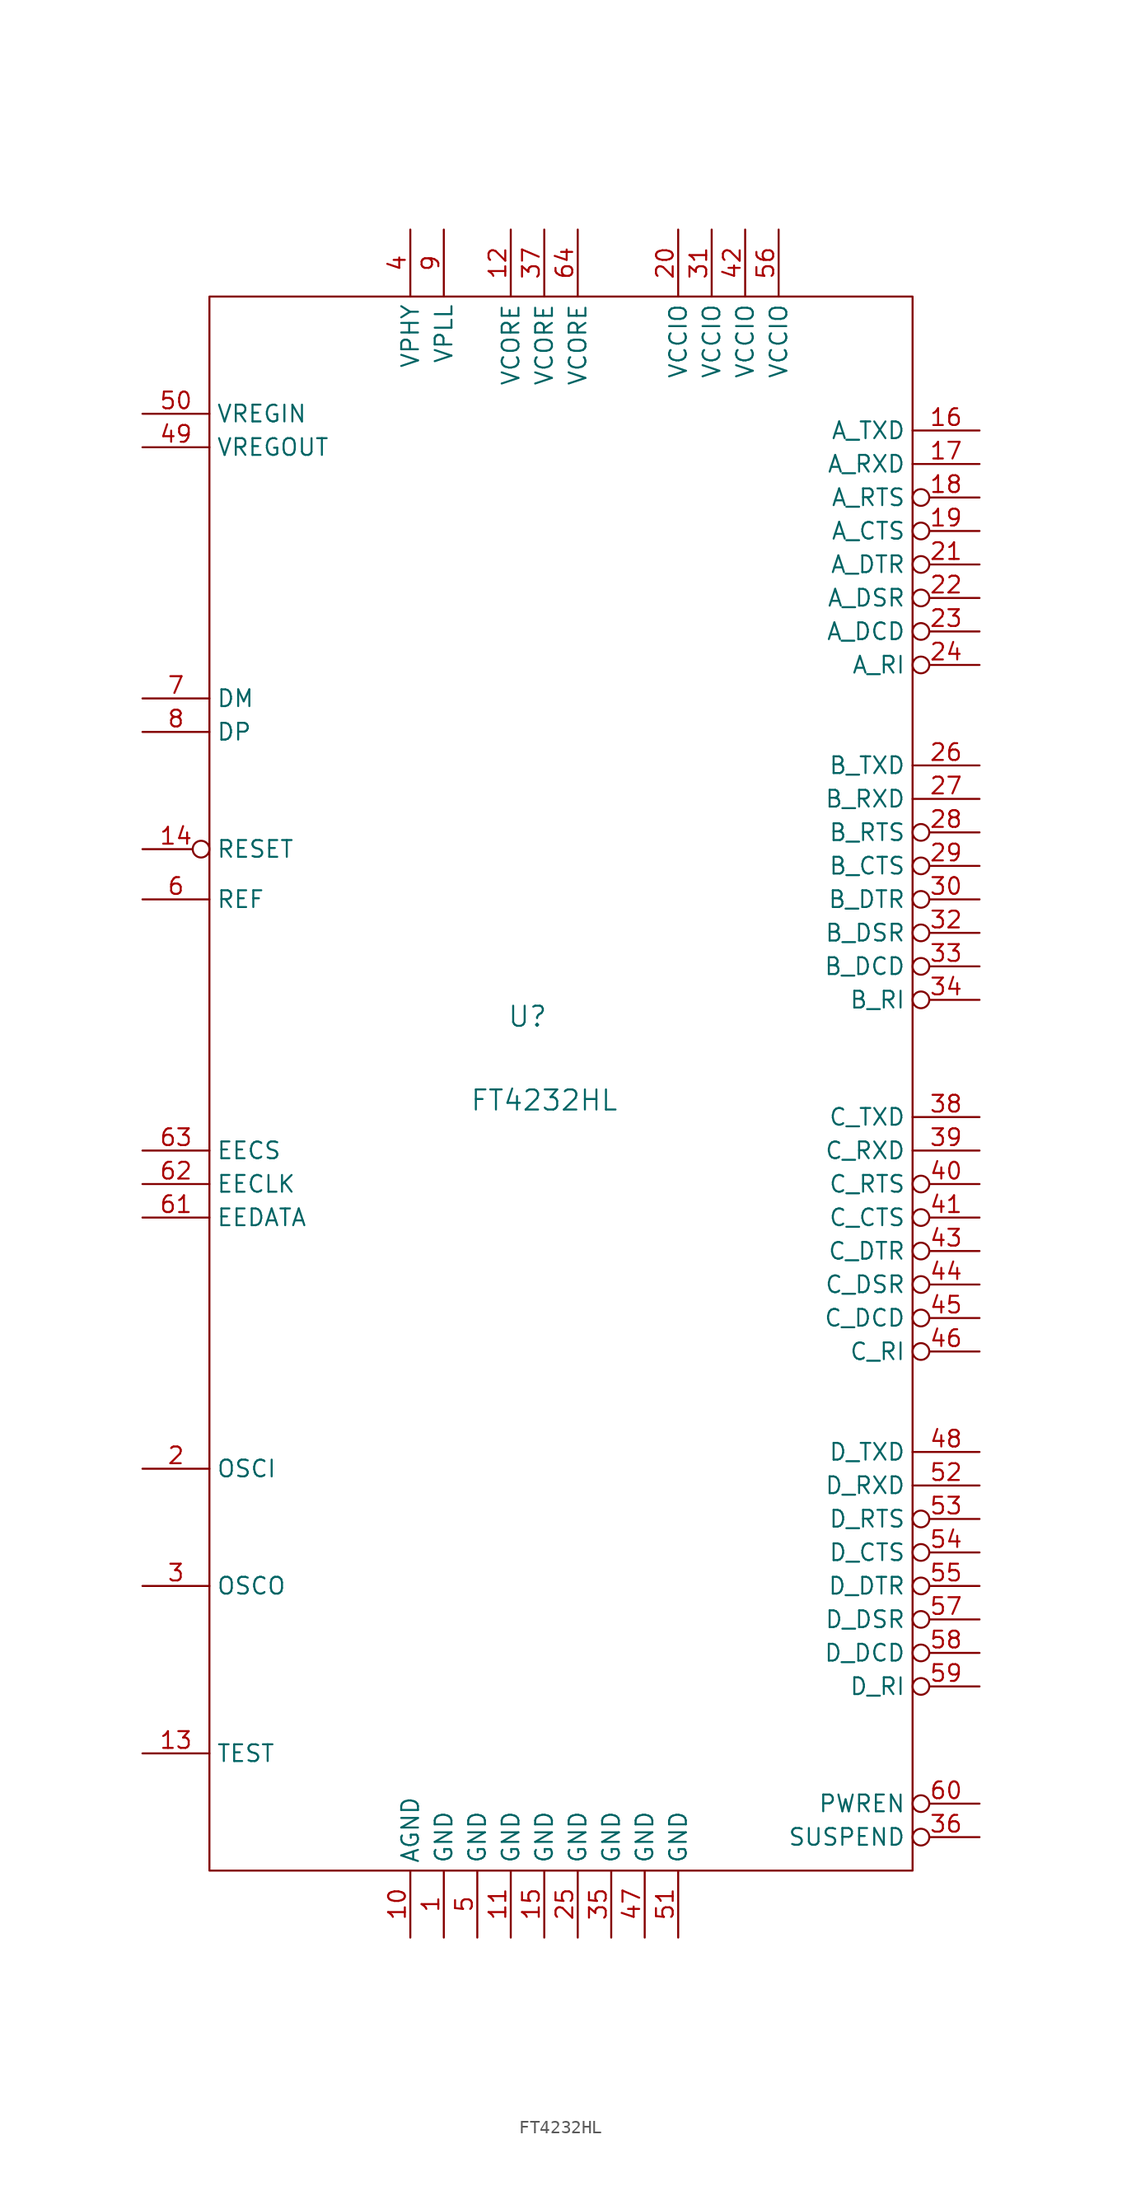
<source format=kicad_sym>
(kicad_symbol_lib
  (version 20220914)
  (generator kicad_symbol_editor)
  (symbol "FT4232HL"
    (property "Reference" "U"
      (at -2.54 2.54 0)
      (effects (font (size 1.524 1.524))))
    (property "Value" "FT4232HL"
      (at -1.27 -3.81 0)
      (effects (font (size 1.524 1.524))))
    (symbol "FT4232HL_0_1"
      (rectangle (start -26.67 57.15) (end 26.67 -62.23) (stroke (width 0) (type default)) (fill (type none))))
    (symbol "FT4232HL_1_1"
      (pin unspecified line (at -8.89 -67.31 90) (length 5.08) (name "GND" (effects (font (size 1.27 1.27)))) (number "1" (effects (font (size 1.27 1.27)))))
      (pin unspecified line (at -11.43 -67.31 90) (length 5.08) (name "AGND" (effects (font (size 1.27 1.27)))) (number "10" (effects (font (size 1.27 1.27)))))
      (pin unspecified line (at -3.81 -67.31 90) (length 5.08) (name "GND" (effects (font (size 1.27 1.27)))) (number "11" (effects (font (size 1.27 1.27)))))
      (pin unspecified line (at -3.81 62.23 270) (length 5.08) (name "VCORE" (effects (font (size 1.27 1.27)))) (number "12" (effects (font (size 1.27 1.27)))))
      (pin unspecified line (at -31.75 -53.34 0) (length 5.08) (name "TEST" (effects (font (size 1.27 1.27)))) (number "13" (effects (font (size 1.27 1.27)))))
      (pin unspecified inverted (at -31.75 15.24 0) (length 5.08) (name "RESET" (effects (font (size 1.27 1.27)))) (number "14" (effects (font (size 1.27 1.27)))))
      (pin unspecified line (at -1.27 -67.31 90) (length 5.08) (name "GND" (effects (font (size 1.27 1.27)))) (number "15" (effects (font (size 1.27 1.27)))))
      (pin unspecified line (at 31.75 46.99 180) (length 5.08) (name "A_TXD" (effects (font (size 1.27 1.27)))) (number "16" (effects (font (size 1.27 1.27)))))
      (pin unspecified line (at 31.75 44.45 180) (length 5.08) (name "A_RXD" (effects (font (size 1.27 1.27)))) (number "17" (effects (font (size 1.27 1.27)))))
      (pin unspecified inverted (at 31.75 41.91 180) (length 5.08) (name "A_RTS" (effects (font (size 1.27 1.27)))) (number "18" (effects (font (size 1.27 1.27)))))
      (pin unspecified inverted (at 31.75 39.37 180) (length 5.08) (name "A_CTS" (effects (font (size 1.27 1.27)))) (number "19" (effects (font (size 1.27 1.27)))))
      (pin unspecified line (at -31.75 -31.75 0) (length 5.08) (name "OSCI" (effects (font (size 1.27 1.27)))) (number "2" (effects (font (size 1.27 1.27)))))
      (pin unspecified line (at 8.89 62.23 270) (length 5.08) (name "VCCIO" (effects (font (size 1.27 1.27)))) (number "20" (effects (font (size 1.27 1.27)))))
      (pin unspecified inverted (at 31.75 36.83 180) (length 5.08) (name "A_DTR" (effects (font (size 1.27 1.27)))) (number "21" (effects (font (size 1.27 1.27)))))
      (pin unspecified inverted (at 31.75 34.29 180) (length 5.08) (name "A_DSR" (effects (font (size 1.27 1.27)))) (number "22" (effects (font (size 1.27 1.27)))))
      (pin unspecified inverted (at 31.75 31.75 180) (length 5.08) (name "A_DCD" (effects (font (size 1.27 1.27)))) (number "23" (effects (font (size 1.27 1.27)))))
      (pin unspecified inverted (at 31.75 29.21 180) (length 5.08) (name "A_RI" (effects (font (size 1.27 1.27)))) (number "24" (effects (font (size 1.27 1.27)))))
      (pin unspecified line (at 1.27 -67.31 90) (length 5.08) (name "GND" (effects (font (size 1.27 1.27)))) (number "25" (effects (font (size 1.27 1.27)))))
      (pin unspecified line (at 31.75 21.59 180) (length 5.08) (name "B_TXD" (effects (font (size 1.27 1.27)))) (number "26" (effects (font (size 1.27 1.27)))))
      (pin unspecified line (at 31.75 19.05 180) (length 5.08) (name "B_RXD" (effects (font (size 1.27 1.27)))) (number "27" (effects (font (size 1.27 1.27)))))
      (pin unspecified inverted (at 31.75 16.51 180) (length 5.08) (name "B_RTS" (effects (font (size 1.27 1.27)))) (number "28" (effects (font (size 1.27 1.27)))))
      (pin unspecified inverted (at 31.75 13.97 180) (length 5.08) (name "B_CTS" (effects (font (size 1.27 1.27)))) (number "29" (effects (font (size 1.27 1.27)))))
      (pin unspecified line (at -31.75 -40.64 0) (length 5.08) (name "OSCO" (effects (font (size 1.27 1.27)))) (number "3" (effects (font (size 1.27 1.27)))))
      (pin unspecified inverted (at 31.75 11.43 180) (length 5.08) (name "B_DTR" (effects (font (size 1.27 1.27)))) (number "30" (effects (font (size 1.27 1.27)))))
      (pin unspecified line (at 11.43 62.23 270) (length 5.08) (name "VCCIO" (effects (font (size 1.27 1.27)))) (number "31" (effects (font (size 1.27 1.27)))))
      (pin unspecified inverted (at 31.75 8.89 180) (length 5.08) (name "B_DSR" (effects (font (size 1.27 1.27)))) (number "32" (effects (font (size 1.27 1.27)))))
      (pin unspecified inverted (at 31.75 6.35 180) (length 5.08) (name "B_DCD" (effects (font (size 1.27 1.27)))) (number "33" (effects (font (size 1.27 1.27)))))
      (pin unspecified inverted (at 31.75 3.81 180) (length 5.08) (name "B_RI" (effects (font (size 1.27 1.27)))) (number "34" (effects (font (size 1.27 1.27)))))
      (pin unspecified line (at 3.81 -67.31 90) (length 5.08) (name "GND" (effects (font (size 1.27 1.27)))) (number "35" (effects (font (size 1.27 1.27)))))
      (pin unspecified inverted (at 31.75 -59.69 180) (length 5.08) (name "SUSPEND" (effects (font (size 1.27 1.27)))) (number "36" (effects (font (size 1.27 1.27)))))
      (pin unspecified line (at -1.27 62.23 270) (length 5.08) (name "VCORE" (effects (font (size 1.27 1.27)))) (number "37" (effects (font (size 1.27 1.27)))))
      (pin unspecified line (at 31.75 -5.08 180) (length 5.08) (name "C_TXD" (effects (font (size 1.27 1.27)))) (number "38" (effects (font (size 1.27 1.27)))))
      (pin unspecified line (at 31.75 -7.62 180) (length 5.08) (name "C_RXD" (effects (font (size 1.27 1.27)))) (number "39" (effects (font (size 1.27 1.27)))))
      (pin unspecified line (at -11.43 62.23 270) (length 5.08) (name "VPHY" (effects (font (size 1.27 1.27)))) (number "4" (effects (font (size 1.27 1.27)))))
      (pin unspecified inverted (at 31.75 -10.16 180) (length 5.08) (name "C_RTS" (effects (font (size 1.27 1.27)))) (number "40" (effects (font (size 1.27 1.27)))))
      (pin unspecified inverted (at 31.75 -12.7 180) (length 5.08) (name "C_CTS" (effects (font (size 1.27 1.27)))) (number "41" (effects (font (size 1.27 1.27)))))
      (pin unspecified line (at 13.97 62.23 270) (length 5.08) (name "VCCIO" (effects (font (size 1.27 1.27)))) (number "42" (effects (font (size 1.27 1.27)))))
      (pin unspecified inverted (at 31.75 -15.24 180) (length 5.08) (name "C_DTR" (effects (font (size 1.27 1.27)))) (number "43" (effects (font (size 1.27 1.27)))))
      (pin unspecified inverted (at 31.75 -17.78 180) (length 5.08) (name "C_DSR" (effects (font (size 1.27 1.27)))) (number "44" (effects (font (size 1.27 1.27)))))
      (pin unspecified inverted (at 31.75 -20.32 180) (length 5.08) (name "C_DCD" (effects (font (size 1.27 1.27)))) (number "45" (effects (font (size 1.27 1.27)))))
      (pin unspecified inverted (at 31.75 -22.86 180) (length 5.08) (name "C_RI" (effects (font (size 1.27 1.27)))) (number "46" (effects (font (size 1.27 1.27)))))
      (pin unspecified line (at 6.35 -67.31 90) (length 5.08) (name "GND" (effects (font (size 1.27 1.27)))) (number "47" (effects (font (size 1.27 1.27)))))
      (pin unspecified line (at 31.75 -30.48 180) (length 5.08) (name "D_TXD" (effects (font (size 1.27 1.27)))) (number "48" (effects (font (size 1.27 1.27)))))
      (pin unspecified line (at -31.75 45.72 0) (length 5.08) (name "VREGOUT" (effects (font (size 1.27 1.27)))) (number "49" (effects (font (size 1.27 1.27)))))
      (pin unspecified line (at -6.35 -67.31 90) (length 5.08) (name "GND" (effects (font (size 1.27 1.27)))) (number "5" (effects (font (size 1.27 1.27)))))
      (pin unspecified line (at -31.75 48.26 0) (length 5.08) (name "VREGIN" (effects (font (size 1.27 1.27)))) (number "50" (effects (font (size 1.27 1.27)))))
      (pin unspecified line (at 8.89 -67.31 90) (length 5.08) (name "GND" (effects (font (size 1.27 1.27)))) (number "51" (effects (font (size 1.27 1.27)))))
      (pin unspecified line (at 31.75 -33.02 180) (length 5.08) (name "D_RXD" (effects (font (size 1.27 1.27)))) (number "52" (effects (font (size 1.27 1.27)))))
      (pin unspecified inverted (at 31.75 -35.56 180) (length 5.08) (name "D_RTS" (effects (font (size 1.27 1.27)))) (number "53" (effects (font (size 1.27 1.27)))))
      (pin unspecified inverted (at 31.75 -38.1 180) (length 5.08) (name "D_CTS" (effects (font (size 1.27 1.27)))) (number "54" (effects (font (size 1.27 1.27)))))
      (pin unspecified inverted (at 31.75 -40.64 180) (length 5.08) (name "D_DTR" (effects (font (size 1.27 1.27)))) (number "55" (effects (font (size 1.27 1.27)))))
      (pin unspecified line (at 16.51 62.23 270) (length 5.08) (name "VCCIO" (effects (font (size 1.27 1.27)))) (number "56" (effects (font (size 1.27 1.27)))))
      (pin unspecified inverted (at 31.75 -43.18 180) (length 5.08) (name "D_DSR" (effects (font (size 1.27 1.27)))) (number "57" (effects (font (size 1.27 1.27)))))
      (pin unspecified inverted (at 31.75 -45.72 180) (length 5.08) (name "D_DCD" (effects (font (size 1.27 1.27)))) (number "58" (effects (font (size 1.27 1.27)))))
      (pin unspecified inverted (at 31.75 -48.26 180) (length 5.08) (name "D_RI" (effects (font (size 1.27 1.27)))) (number "59" (effects (font (size 1.27 1.27)))))
      (pin unspecified line (at -31.75 11.43 0) (length 5.08) (name "REF" (effects (font (size 1.27 1.27)))) (number "6" (effects (font (size 1.27 1.27)))))
      (pin unspecified inverted (at 31.75 -57.15 180) (length 5.08) (name "PWREN" (effects (font (size 1.27 1.27)))) (number "60" (effects (font (size 1.27 1.27)))))
      (pin unspecified line (at -31.75 -12.7 0) (length 5.08) (name "EEDATA" (effects (font (size 1.27 1.27)))) (number "61" (effects (font (size 1.27 1.27)))))
      (pin unspecified line (at -31.75 -10.16 0) (length 5.08) (name "EECLK" (effects (font (size 1.27 1.27)))) (number "62" (effects (font (size 1.27 1.27)))))
      (pin unspecified line (at -31.75 -7.62 0) (length 5.08) (name "EECS" (effects (font (size 1.27 1.27)))) (number "63" (effects (font (size 1.27 1.27)))))
      (pin unspecified line (at 1.27 62.23 270) (length 5.08) (name "VCORE" (effects (font (size 1.27 1.27)))) (number "64" (effects (font (size 1.27 1.27)))))
      (pin unspecified line (at -31.75 26.67 0) (length 5.08) (name "DM" (effects (font (size 1.27 1.27)))) (number "7" (effects (font (size 1.27 1.27)))))
      (pin unspecified line (at -31.75 24.13 0) (length 5.08) (name "DP" (effects (font (size 1.27 1.27)))) (number "8" (effects (font (size 1.27 1.27)))))
      (pin unspecified line (at -8.89 62.23 270) (length 5.08) (name "VPLL" (effects (font (size 1.27 1.27)))) (number "9" (effects (font (size 1.27 1.27))))))))
</source>
